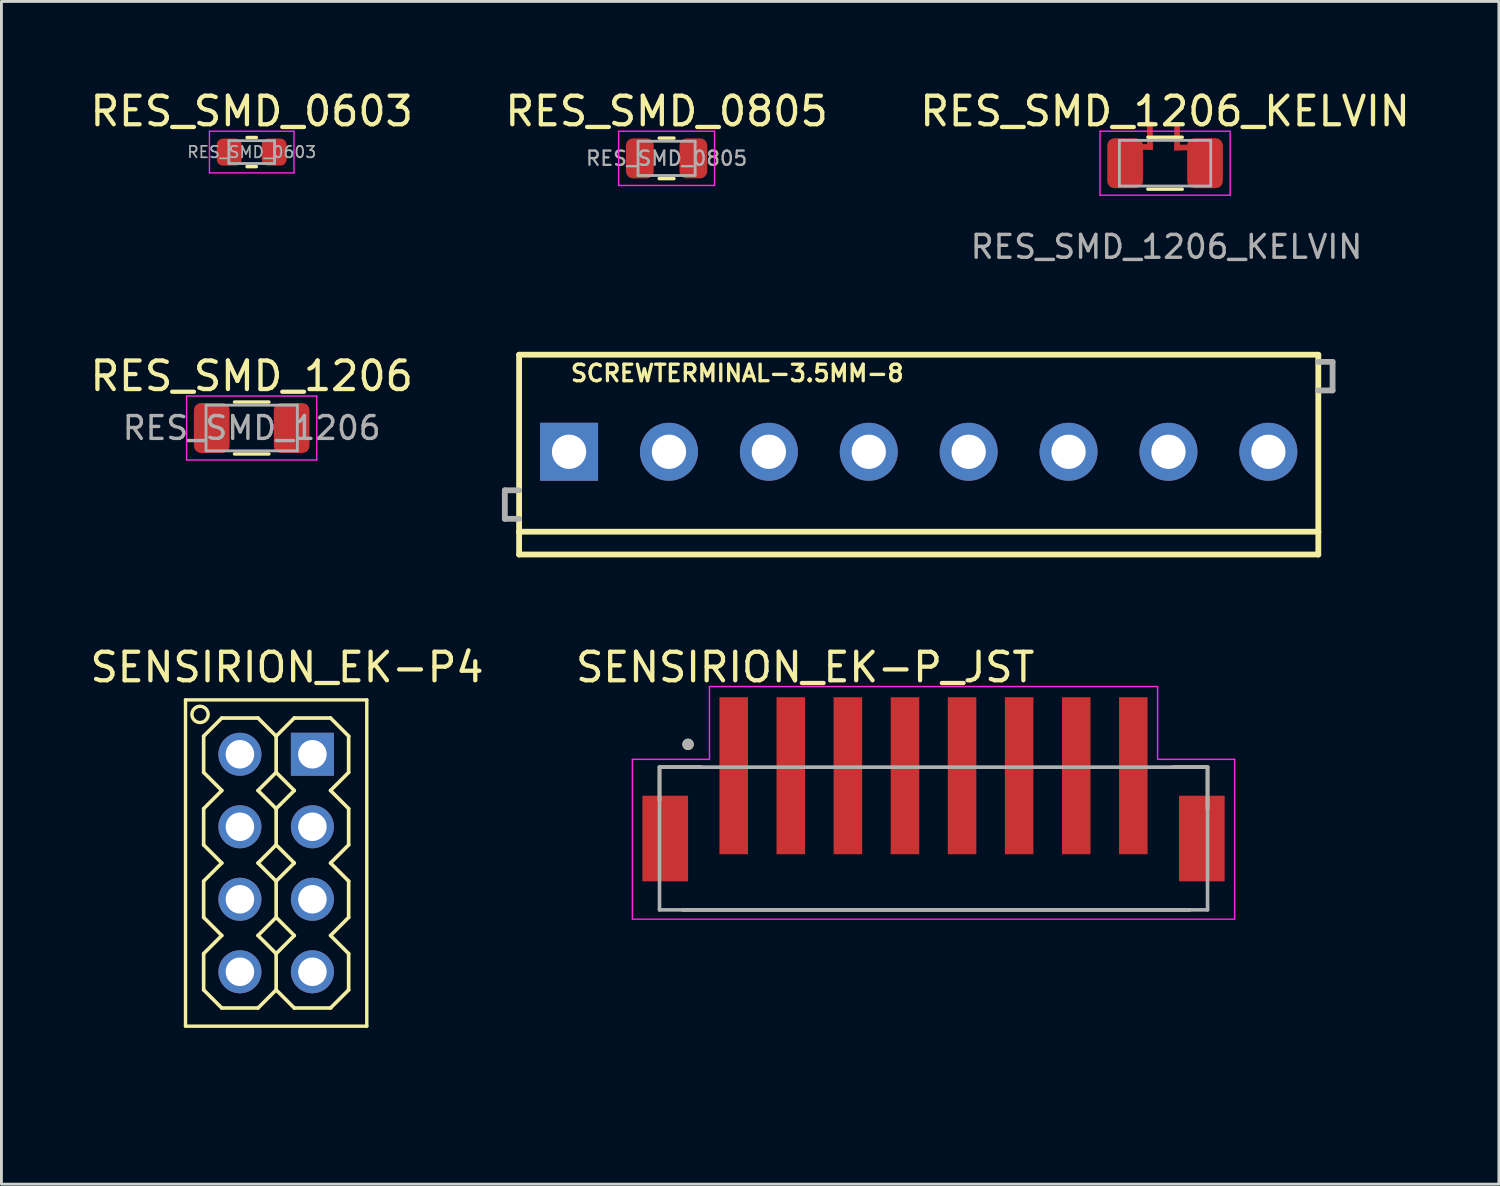
<source format=kicad_pcb>
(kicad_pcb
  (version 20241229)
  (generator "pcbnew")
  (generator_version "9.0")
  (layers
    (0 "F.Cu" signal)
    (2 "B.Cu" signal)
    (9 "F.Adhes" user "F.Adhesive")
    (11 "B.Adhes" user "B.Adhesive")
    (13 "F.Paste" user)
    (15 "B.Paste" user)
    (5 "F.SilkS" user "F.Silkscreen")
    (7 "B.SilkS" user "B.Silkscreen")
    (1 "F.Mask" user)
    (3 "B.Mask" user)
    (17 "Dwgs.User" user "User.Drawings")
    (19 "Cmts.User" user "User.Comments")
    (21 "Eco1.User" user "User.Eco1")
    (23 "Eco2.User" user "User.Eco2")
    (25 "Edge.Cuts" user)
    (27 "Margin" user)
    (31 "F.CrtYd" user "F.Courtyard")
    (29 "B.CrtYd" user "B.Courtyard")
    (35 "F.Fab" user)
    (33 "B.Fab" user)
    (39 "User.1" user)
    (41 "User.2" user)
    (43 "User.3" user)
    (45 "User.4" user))
  (footprint "RES_SMD_0805"
    (layer "F.Cu")
    (at 20.304 2.498)
    (property "Reference" "RES_SMD_0805" (at 0 -1.65 0) (layer "F.SilkS") (effects (font (size 1 1) (thickness 0.15))))
    (attr smd)
    (fp_line (start -0.259 -0.71) (end 0.259 -0.71) (stroke (width 0.12) (type solid)) (layer "F.SilkS"))
    (fp_line (start -0.259 0.71) (end 0.259 0.71) (stroke (width 0.12) (type solid)) (layer "F.SilkS"))
    (fp_line (start -1.68 -0.95) (end 1.68 -0.95) (stroke (width 0.05) (type solid)) (layer "F.CrtYd"))
    (fp_line (start -1.68 0.95) (end -1.68 -0.95) (stroke (width 0.05) (type solid)) (layer "F.CrtYd"))
    (fp_line (start 1.68 -0.95) (end 1.68 0.95) (stroke (width 0.05) (type solid)) (layer "F.CrtYd"))
    (fp_line (start 1.68 0.95) (end -1.68 0.95) (stroke (width 0.05) (type solid)) (layer "F.CrtYd"))
    (fp_line (start -1 -0.6) (end 1 -0.6) (stroke (width 0.1) (type solid)) (layer "F.Fab"))
    (fp_line (start -1 0.6) (end -1 -0.6) (stroke (width 0.1) (type solid)) (layer "F.Fab"))
    (fp_line (start 1 -0.6) (end 1 0.6) (stroke (width 0.1) (type solid)) (layer "F.Fab"))
    (fp_line (start 1 0.6) (end -1 0.6) (stroke (width 0.1) (type solid)) (layer "F.Fab"))
    (fp_text user "${REFERENCE}" (at 0 0 0) (layer "F.Fab") (effects (font (size 0.5 0.5) (thickness 0.08))))
    (pad "1" smd roundrect (at -0.938 0) (size 0.975 1.4) (layers "F.Cu" "F.Mask" "F.Paste") (roundrect_rratio 0.25))
    (pad "2" smd roundrect (at 0.938 0) (size 0.975 1.4) (layers "F.Cu" "F.Mask" "F.Paste") (roundrect_rratio 0.25)))
  (footprint "SENSIRION_EK-P_JST"
    (layer "F.Cu")
    (at 28.656 26.628)
    (property "Reference" "SENSIRION_EK-P_JST" (at -3.495 -6.3 0) (layer "F.SilkS") (effects (font (size 1 1) (thickness 0.15))))
    (attr through_hole)
    (fp_line (start -8.6 -2.8) (end -8.6 -1.625) (stroke (width 0.127) (type solid)) (layer "F.SilkS"))
    (fp_line (start -7.78 2.2) (end 9.98 2.2) (stroke (width 0.127) (type solid)) (layer "F.SilkS"))
    (fp_line (start -7.14 -2.8) (end -8.6 -2.8) (stroke (width 0.127) (type solid)) (layer "F.SilkS"))
    (fp_line (start 9.38 -2.8) (end 10.6 -2.8) (stroke (width 0.127) (type solid)) (layer "F.SilkS"))
    (fp_line (start 10.6 -2.8) (end 10.6 -1.325) (stroke (width 0.127) (type solid)) (layer "F.SilkS"))
    (fp_circle (center -7.6 -3.6) (end -7.5 -3.6) (stroke (width 0.2) (type solid)) (fill no) (layer "F.SilkS"))
    (fp_line (start -9.55 -3.075) (end -6.85 -3.075) (stroke (width 0.05) (type solid)) (layer "F.CrtYd"))
    (fp_line (start -9.55 2.525) (end -9.55 -3.075) (stroke (width 0.05) (type solid)) (layer "F.CrtYd"))
    (fp_line (start -6.85 -5.625) (end 8.85 -5.625) (stroke (width 0.05) (type solid)) (layer "F.CrtYd"))
    (fp_line (start -6.85 -3.075) (end -6.85 -5.625) (stroke (width 0.05) (type solid)) (layer "F.CrtYd"))
    (fp_line (start 8.85 -5.625) (end 8.85 -3.075) (stroke (width 0.05) (type solid)) (layer "F.CrtYd"))
    (fp_line (start 8.85 -3.075) (end 11.55 -3.075) (stroke (width 0.05) (type solid)) (layer "F.CrtYd"))
    (fp_line (start 11.55 -3.075) (end 11.55 2.525) (stroke (width 0.05) (type solid)) (layer "F.CrtYd"))
    (fp_line (start 11.55 2.525) (end -9.55 2.525) (stroke (width 0.05) (type solid)) (layer "F.CrtYd"))
    (fp_line (start -8.6 -2.8) (end 10.6 -2.8) (stroke (width 0.127) (type solid)) (layer "F.Fab"))
    (fp_line (start -8.6 2.2) (end -8.6 -2.8) (stroke (width 0.127) (type solid)) (layer "F.Fab"))
    (fp_line (start 10.6 -2.8) (end 10.6 2.2) (stroke (width 0.127) (type solid)) (layer "F.Fab"))
    (fp_line (start 10.6 2.2) (end -8.6 2.2) (stroke (width 0.127) (type solid)) (layer "F.Fab"))
    (fp_circle (center -7.6 -3.6) (end -7.5 -3.6) (stroke (width 0.2) (type solid)) (fill no) (layer "F.Fab"))
    (pad "1" smd rect (at -6 -2.5) (size 1 5.5) (layers "F.Cu" "F.Mask" "F.Paste"))
    (pad "2" smd rect (at -4 -2.5) (size 1 5.5) (layers "F.Cu" "F.Mask" "F.Paste"))
    (pad "3" smd rect (at -2 -2.5) (size 1 5.5) (layers "F.Cu" "F.Mask" "F.Paste"))
    (pad "4" smd rect (at 0 -2.5) (size 1 5.5) (layers "F.Cu" "F.Mask" "F.Paste"))
    (pad "5" smd rect (at 2 -2.5) (size 1 5.5) (layers "F.Cu" "F.Mask" "F.Paste"))
    (pad "6" smd rect (at 4 -2.5) (size 1 5.5) (layers "F.Cu" "F.Mask" "F.Paste"))
    (pad "7" smd rect (at 6 -2.5) (size 1 5.5) (layers "F.Cu" "F.Mask" "F.Paste"))
    (pad "8" smd rect (at 8 -2.5) (size 1 5.5) (layers "F.Cu" "F.Mask" "F.Paste"))
    (pad "9" smd rect (at -8.4 -0.3) (size 1.6 3) (layers "F.Cu" "F.Mask" "F.Paste"))
    (pad "10" smd rect (at 10.4 -0.3) (size 1.6 3) (layers "F.Cu" "F.Mask" "F.Paste")))
  (footprint "RES_SMD_1206"
    (layer "F.Cu")
    (at 5.768 11.945)
    (property "Reference" "RES_SMD_1206" (at 0 -1.82 0) (layer "F.SilkS") (effects (font (size 1 1) (thickness 0.15))))
    (attr smd)
    (fp_line (start -0.602 -0.91) (end 0.602 -0.91) (stroke (width 0.12) (type solid)) (layer "F.SilkS"))
    (fp_line (start -0.602 0.91) (end 0.602 0.91) (stroke (width 0.12) (type solid)) (layer "F.SilkS"))
    (fp_line (start -2.28 -1.12) (end 2.28 -1.12) (stroke (width 0.05) (type solid)) (layer "F.CrtYd"))
    (fp_line (start -2.28 1.12) (end -2.28 -1.12) (stroke (width 0.05) (type solid)) (layer "F.CrtYd"))
    (fp_line (start 2.28 -1.12) (end 2.28 1.12) (stroke (width 0.05) (type solid)) (layer "F.CrtYd"))
    (fp_line (start 2.28 1.12) (end -2.28 1.12) (stroke (width 0.05) (type solid)) (layer "F.CrtYd"))
    (fp_line (start -1.6 -0.8) (end 1.6 -0.8) (stroke (width 0.1) (type solid)) (layer "F.Fab"))
    (fp_line (start -1.6 0.8) (end -1.6 -0.8) (stroke (width 0.1) (type solid)) (layer "F.Fab"))
    (fp_line (start 1.6 -0.8) (end 1.6 0.8) (stroke (width 0.1) (type solid)) (layer "F.Fab"))
    (fp_line (start 1.6 0.8) (end -1.6 0.8) (stroke (width 0.1) (type solid)) (layer "F.Fab"))
    (fp_text user "${REFERENCE}" (at 0 0 0) (layer "F.Fab") (effects (font (size 0.8 0.8) (thickness 0.12))))
    (pad "1" smd roundrect (at -1.4 0) (size 1.25 1.75) (layers "F.Cu" "F.Mask" "F.Paste") (roundrect_rratio 0.2))
    (pad "2" smd roundrect (at 1.4 0) (size 1.25 1.75) (layers "F.Cu" "F.Mask" "F.Paste") (roundrect_rratio 0.2)))
  (footprint "RES_SMD_1206_KELVIN"
    (layer "F.Cu")
    (at 37.768 2.668)
    (property "Reference" "RES_SMD_1206_KELVIN" (at 0 -1.82 0) (layer "F.SilkS") (effects (font (size 1 1) (thickness 0.15))))
    (attr smd)
    (fp_line (start -0.602 -0.91) (end 0.602 -0.91) (stroke (width 0.12) (type solid)) (layer "F.SilkS"))
    (fp_line (start -0.602 0.91) (end 0.602 0.91) (stroke (width 0.12) (type solid)) (layer "F.SilkS"))
    (fp_line (start -2.28 -1.12) (end 2.28 -1.12) (stroke (width 0.05) (type solid)) (layer "F.CrtYd"))
    (fp_line (start -2.28 1.12) (end -2.28 -1.12) (stroke (width 0.05) (type solid)) (layer "F.CrtYd"))
    (fp_line (start 2.28 -1.12) (end 2.28 1.12) (stroke (width 0.05) (type solid)) (layer "F.CrtYd"))
    (fp_line (start 2.28 1.12) (end -2.28 1.12) (stroke (width 0.05) (type solid)) (layer "F.CrtYd"))
    (fp_line (start -1.6 -0.8) (end 1.6 -0.8) (stroke (width 0.1) (type solid)) (layer "F.Fab"))
    (fp_line (start -1.6 0.8) (end -1.6 -0.8) (stroke (width 0.1) (type solid)) (layer "F.Fab"))
    (fp_line (start 1.6 -0.8) (end 1.6 0.8) (stroke (width 0.1) (type solid)) (layer "F.Fab"))
    (fp_line (start 1.6 0.8) (end -1.6 0.8) (stroke (width 0.1) (type solid)) (layer "F.Fab"))
    (fp_text user "${REFERENCE}" (at 0.05 2.93 0) (layer "F.Fab") (effects (font (size 0.8 0.8) (thickness 0.12))))
    (pad "1" smd roundrect (at -1.4 0) (size 1.25 1.75) (layers "F.Cu" "F.Mask" "F.Paste") (roundrect_rratio 0.2))
    (pad "1" smd rect (at -0.68 -0.57 180) (size 0.5 0.2) (layers "F.Cu" "F.Mask" "F.Paste"))
    (pad "1" smd rect (at -0.53 -1.21 270) (size 0.5 0.2) (layers "F.Cu" "F.Mask" "F.Paste"))
    (pad "1" smd rect (at -0.53 -0.72 270) (size 0.5 0.2) (layers "F.Cu" "F.Mask" "F.Paste"))
    (pad "2" smd rect (at 0.42 -1.18 270) (size 0.5 0.2) (layers "F.Cu" "F.Mask" "F.Paste"))
    (pad "2" smd rect (at 0.42 -0.7 270) (size 0.5 0.2) (layers "F.Cu" "F.Mask" "F.Paste"))
    (pad "2" smd rect (at 0.57 -0.55 180) (size 0.5 0.2) (layers "F.Cu" "F.Mask" "F.Paste"))
    (pad "2" smd roundrect (at 1.4 0) (size 1.25 1.75) (layers "F.Cu" "F.Mask" "F.Paste") (roundrect_rratio 0.2)))
  (footprint "SCREWTERMINAL-3.5MM-8"
    (layer "F.Cu")
    (at 16.887 12.778)
    (property "Reference" "SCREWTERMINAL-3.5MM-8" (at 0 -2.413 180) (layer "F.SilkS") (effects (font (size 0.579 0.579) (thickness 0.116)) (justify left bottom)))
    (attr through_hole)
    (fp_line (start -1.75 -3.4) (end 26.25 -3.4) (stroke (width 0.203) (type solid)) (layer "F.SilkS"))
    (fp_line (start -1.75 2.8) (end -1.75 -3.4) (stroke (width 0.203) (type solid)) (layer "F.SilkS"))
    (fp_line (start -1.75 3.6) (end -1.75 2.8) (stroke (width 0.203) (type solid)) (layer "F.SilkS"))
    (fp_line (start 26.25 -3.4) (end 26.25 2.8) (stroke (width 0.203) (type solid)) (layer "F.SilkS"))
    (fp_line (start 26.25 2.8) (end -1.75 2.8) (stroke (width 0.203) (type solid)) (layer "F.SilkS"))
    (fp_line (start 26.25 2.8) (end 26.25 3.6) (stroke (width 0.203) (type solid)) (layer "F.SilkS"))
    (fp_line (start 26.25 3.6) (end -1.75 3.6) (stroke (width 0.203) (type solid)) (layer "F.SilkS"))
    (fp_line (start -2.25 1.35) (end -2.25 2.35) (stroke (width 0.203) (type solid)) (layer "F.Fab"))
    (fp_line (start -2.25 2.35) (end -1.75 2.35) (stroke (width 0.203) (type solid)) (layer "F.Fab"))
    (fp_line (start -1.75 1.35) (end -2.25 1.35) (stroke (width 0.203) (type solid)) (layer "F.Fab"))
    (fp_line (start 26.25 -3.15) (end 26.75 -3.15) (stroke (width 0.203) (type solid)) (layer "F.Fab"))
    (fp_line (start 26.75 -3.15) (end 26.75 -2.15) (stroke (width 0.203) (type solid)) (layer "F.Fab"))
    (fp_line (start 26.75 -2.15) (end 26.25 -2.15) (stroke (width 0.203) (type solid)) (layer "F.Fab"))
    (fp_circle (center 0 0) (end 0.425 0) (stroke (width 0.001) (type solid)) (fill no) (layer "F.Fab"))
    (fp_circle (center 3.5 0) (end 3.925 0) (stroke (width 0.001) (type solid)) (fill no) (layer "F.Fab"))
    (fp_circle (center 7 0) (end 7.425 0) (stroke (width 0.001) (type solid)) (fill no) (layer "F.Fab"))
    (fp_circle (center 10.5 0) (end 10.925 0) (stroke (width 0.001) (type solid)) (fill no) (layer "F.Fab"))
    (fp_circle (center 14 0) (end 14.425 0) (stroke (width 0.001) (type solid)) (fill no) (layer "F.Fab"))
    (fp_circle (center 17.5 0) (end 17.925 0) (stroke (width 0.001) (type solid)) (fill no) (layer "F.Fab"))
    (fp_circle (center 21 0) (end 21.425 0) (stroke (width 0.001) (type solid)) (fill no) (layer "F.Fab"))
    (fp_circle (center 24.5 0) (end 24.925 0) (stroke (width 0.001) (type solid)) (fill no) (layer "F.Fab"))
    (pad "1" thru_hole rect (at 0 0) (size 2.032 2.032) (drill 1.2) (layers "*.Cu" "*.Mask"))
    (pad "2" thru_hole circle (at 3.5 0) (size 2.032 2.032) (drill 1.2) (layers "*.Cu" "*.Mask"))
    (pad "3" thru_hole circle (at 7 0) (size 2.032 2.032) (drill 1.2) (layers "*.Cu" "*.Mask"))
    (pad "4" thru_hole circle (at 10.5 0) (size 2.032 2.032) (drill 1.2) (layers "*.Cu" "*.Mask"))
    (pad "5" thru_hole circle (at 14 0) (size 2.032 2.032) (drill 1.2) (layers "*.Cu" "*.Mask"))
    (pad "6" thru_hole circle (at 17.5 0) (size 2.032 2.032) (drill 1.2) (layers "*.Cu" "*.Mask"))
    (pad "7" thru_hole circle (at 21 0) (size 2.032 2.032) (drill 1.2) (layers "*.Cu" "*.Mask"))
    (pad "8" thru_hole circle (at 24.5 0) (size 2.032 2.032) (drill 1.2) (layers "*.Cu" "*.Mask")))
  (footprint "RES_SMD_0603"
    (layer "F.Cu")
    (at 5.768 2.278)
    (property "Reference" "RES_SMD_0603" (at 0 -1.43 0) (layer "F.SilkS") (effects (font (size 1 1) (thickness 0.15))))
    (attr smd)
    (fp_line (start -0.163 -0.51) (end 0.163 -0.51) (stroke (width 0.12) (type solid)) (layer "F.SilkS"))
    (fp_line (start -0.163 0.51) (end 0.163 0.51) (stroke (width 0.12) (type solid)) (layer "F.SilkS"))
    (fp_line (start -1.48 -0.73) (end 1.48 -0.73) (stroke (width 0.05) (type solid)) (layer "F.CrtYd"))
    (fp_line (start -1.48 0.73) (end -1.48 -0.73) (stroke (width 0.05) (type solid)) (layer "F.CrtYd"))
    (fp_line (start 1.48 -0.73) (end 1.48 0.73) (stroke (width 0.05) (type solid)) (layer "F.CrtYd"))
    (fp_line (start 1.48 0.73) (end -1.48 0.73) (stroke (width 0.05) (type solid)) (layer "F.CrtYd"))
    (fp_line (start -0.8 -0.4) (end 0.8 -0.4) (stroke (width 0.1) (type solid)) (layer "F.Fab"))
    (fp_line (start -0.8 0.4) (end -0.8 -0.4) (stroke (width 0.1) (type solid)) (layer "F.Fab"))
    (fp_line (start 0.8 -0.4) (end 0.8 0.4) (stroke (width 0.1) (type solid)) (layer "F.Fab"))
    (fp_line (start 0.8 0.4) (end -0.8 0.4) (stroke (width 0.1) (type solid)) (layer "F.Fab"))
    (fp_text user "${REFERENCE}" (at 0 0 0) (layer "F.Fab") (effects (font (size 0.4 0.4) (thickness 0.06))))
    (pad "1" smd roundrect (at -0.787 0) (size 0.875 0.95) (layers "F.Cu" "F.Mask" "F.Paste") (roundrect_rratio 0.25))
    (pad "2" smd roundrect (at 0.787 0) (size 0.875 0.95) (layers "F.Cu" "F.Mask" "F.Paste") (roundrect_rratio 0.25)))
  (footprint "SENSIRION_EK-P4"
    (layer "F.Cu")
    (at 6.625 35.187)
    (property "Reference" "SENSIRION_EK-P4" (at 0.381 -14.859 0) (layer "F.SilkS") (effects (font (size 1 1) (thickness 0.15))))
    (attr through_hole)
    (fp_line (start -3.175 -13.716) (end 3.175 -13.716) (stroke (width 0.12) (type solid)) (layer "F.SilkS"))
    (fp_line (start -3.175 -2.286) (end -3.175 -13.716) (stroke (width 0.12) (type solid)) (layer "F.SilkS"))
    (fp_line (start -2.54 -12.446) (end -2.54 -11.176) (stroke (width 0.127) (type solid)) (layer "F.SilkS"))
    (fp_line (start -2.54 -12.446) (end -1.905 -13.081) (stroke (width 0.127) (type solid)) (layer "F.SilkS"))
    (fp_line (start -2.54 -11.176) (end -1.905 -10.541) (stroke (width 0.127) (type solid)) (layer "F.SilkS"))
    (fp_line (start -2.54 -9.906) (end -2.54 -8.636) (stroke (width 0.127) (type solid)) (layer "F.SilkS"))
    (fp_line (start -2.54 -8.636) (end -1.905 -8.001) (stroke (width 0.127) (type solid)) (layer "F.SilkS"))
    (fp_line (start -2.54 -7.366) (end -2.54 -6.096) (stroke (width 0.127) (type solid)) (layer "F.SilkS"))
    (fp_line (start -2.54 -6.096) (end -1.905 -5.461) (stroke (width 0.127) (type solid)) (layer "F.SilkS"))
    (fp_line (start -2.54 -4.826) (end -2.54 -3.556) (stroke (width 0.127) (type solid)) (layer "F.SilkS"))
    (fp_line (start -2.54 -4.826) (end -1.905 -5.461) (stroke (width 0.127) (type solid)) (layer "F.SilkS"))
    (fp_line (start -2.54 -3.556) (end -1.905 -2.921) (stroke (width 0.127) (type solid)) (layer "F.SilkS"))
    (fp_line (start -1.905 -13.081) (end -0.635 -13.081) (stroke (width 0.127) (type solid)) (layer "F.SilkS"))
    (fp_line (start -1.905 -10.541) (end -2.54 -9.906) (stroke (width 0.127) (type solid)) (layer "F.SilkS"))
    (fp_line (start -1.905 -8.001) (end -2.54 -7.366) (stroke (width 0.127) (type solid)) (layer "F.SilkS"))
    (fp_line (start -1.905 -2.921) (end -0.635 -2.921) (stroke (width 0.127) (type solid)) (layer "F.SilkS"))
    (fp_line (start -0.635 -13.081) (end 0 -12.446) (stroke (width 0.127) (type solid)) (layer "F.SilkS"))
    (fp_line (start -0.635 -10.541) (end 0 -11.176) (stroke (width 0.127) (type solid)) (layer "F.SilkS"))
    (fp_line (start -0.635 -8.001) (end 0 -8.636) (stroke (width 0.127) (type solid)) (layer "F.SilkS"))
    (fp_line (start -0.635 -5.461) (end 0 -6.096) (stroke (width 0.127) (type solid)) (layer "F.SilkS"))
    (fp_line (start -0.635 -5.461) (end 0 -4.826) (stroke (width 0.127) (type solid)) (layer "F.SilkS"))
    (fp_line (start -0.635 -2.921) (end 0 -3.556) (stroke (width 0.127) (type solid)) (layer "F.SilkS"))
    (fp_line (start 0 -12.446) (end 0.635 -13.081) (stroke (width 0.127) (type solid)) (layer "F.SilkS"))
    (fp_line (start 0 -11.176) (end 0 -12.446) (stroke (width 0.127) (type solid)) (layer "F.SilkS"))
    (fp_line (start 0 -11.176) (end 0.635 -10.541) (stroke (width 0.127) (type solid)) (layer "F.SilkS"))
    (fp_line (start 0 -9.906) (end -0.635 -10.541) (stroke (width 0.127) (type solid)) (layer "F.SilkS"))
    (fp_line (start 0 -8.636) (end 0 -9.906) (stroke (width 0.127) (type solid)) (layer "F.SilkS"))
    (fp_line (start 0 -8.636) (end 0.635 -8.001) (stroke (width 0.127) (type solid)) (layer "F.SilkS"))
    (fp_line (start 0 -7.366) (end -0.635 -8.001) (stroke (width 0.127) (type solid)) (layer "F.SilkS"))
    (fp_line (start 0 -6.096) (end 0 -7.366) (stroke (width 0.127) (type solid)) (layer "F.SilkS"))
    (fp_line (start 0 -6.096) (end 0.635 -5.461) (stroke (width 0.127) (type solid)) (layer "F.SilkS"))
    (fp_line (start 0 -4.826) (end 0.635 -5.461) (stroke (width 0.127) (type solid)) (layer "F.SilkS"))
    (fp_line (start 0 -3.556) (end 0 -4.826) (stroke (width 0.127) (type solid)) (layer "F.SilkS"))
    (fp_line (start 0 -3.556) (end 0.635 -2.921) (stroke (width 0.127) (type solid)) (layer "F.SilkS"))
    (fp_line (start 0.635 -13.081) (end 1.905 -13.081) (stroke (width 0.127) (type solid)) (layer "F.SilkS"))
    (fp_line (start 0.635 -10.541) (end 0 -9.906) (stroke (width 0.127) (type solid)) (layer "F.SilkS"))
    (fp_line (start 0.635 -8.001) (end 0 -7.366) (stroke (width 0.127) (type solid)) (layer "F.SilkS"))
    (fp_line (start 0.635 -2.921) (end 1.905 -2.921) (stroke (width 0.127) (type solid)) (layer "F.SilkS"))
    (fp_line (start 1.905 -13.081) (end 2.54 -12.446) (stroke (width 0.127) (type solid)) (layer "F.SilkS"))
    (fp_line (start 1.905 -10.541) (end 2.54 -11.176) (stroke (width 0.127) (type solid)) (layer "F.SilkS"))
    (fp_line (start 1.905 -8.001) (end 2.54 -8.636) (stroke (width 0.127) (type solid)) (layer "F.SilkS"))
    (fp_line (start 1.905 -5.461) (end 2.54 -6.096) (stroke (width 0.127) (type solid)) (layer "F.SilkS"))
    (fp_line (start 1.905 -5.461) (end 2.54 -4.826) (stroke (width 0.127) (type solid)) (layer "F.SilkS"))
    (fp_line (start 1.905 -2.921) (end 2.54 -3.556) (stroke (width 0.127) (type solid)) (layer "F.SilkS"))
    (fp_line (start 2.54 -11.176) (end 2.54 -12.446) (stroke (width 0.127) (type solid)) (layer "F.SilkS"))
    (fp_line (start 2.54 -9.906) (end 1.905 -10.541) (stroke (width 0.127) (type solid)) (layer "F.SilkS"))
    (fp_line (start 2.54 -8.636) (end 2.54 -9.906) (stroke (width 0.127) (type solid)) (layer "F.SilkS"))
    (fp_line (start 2.54 -7.366) (end 1.905 -8.001) (stroke (width 0.127) (type solid)) (layer "F.SilkS"))
    (fp_line (start 2.54 -6.096) (end 2.54 -7.366) (stroke (width 0.127) (type solid)) (layer "F.SilkS"))
    (fp_line (start 2.54 -3.556) (end 2.54 -4.826) (stroke (width 0.127) (type solid)) (layer "F.SilkS"))
    (fp_line (start 3.175 -13.716) (end 3.175 -2.286) (stroke (width 0.12) (type solid)) (layer "F.SilkS"))
    (fp_line (start 3.175 -2.286) (end -3.175 -2.286) (stroke (width 0.12) (type solid)) (layer "F.SilkS"))
    (fp_circle (center -2.667 -13.208) (end -2.54 -13.462) (stroke (width 0.12) (type solid)) (fill no) (layer "F.SilkS"))
    (pad "1" thru_hole circle (at -1.27 -11.811) (size 1.508 1.508) (drill 1) (layers "*.Cu" "*.Mask"))
    (pad "2" thru_hole circle (at -1.27 -9.271) (size 1.508 1.508) (drill 1) (layers "*.Cu" "*.Mask"))
    (pad "3" thru_hole circle (at -1.27 -6.731) (size 1.508 1.508) (drill 1) (layers "*.Cu" "*.Mask"))
    (pad "4" thru_hole circle (at -1.27 -4.191) (size 1.508 1.508) (drill 1) (layers "*.Cu" "*.Mask"))
    (pad "5" thru_hole circle (at 1.27 -4.191) (size 1.508 1.508) (drill 1) (layers "*.Cu" "*.Mask"))
    (pad "6" thru_hole circle (at 1.27 -6.731) (size 1.508 1.508) (drill 1) (layers "*.Cu" "*.Mask"))
    (pad "7" thru_hole circle (at 1.27 -9.271) (size 1.508 1.508) (drill 1) (layers "*.Cu" "*.Mask"))
    (pad "8" thru_hole rect (at 1.27 -11.811) (size 1.508 1.508) (drill 1) (layers "*.Cu" "*.Mask")))
  (gr_rect
    (start -3 -3)
    (end 49.464 38.437)
    (stroke (width 0.1) (type default))
    (fill no)
    (layer "Edge.Cuts")))
</source>
